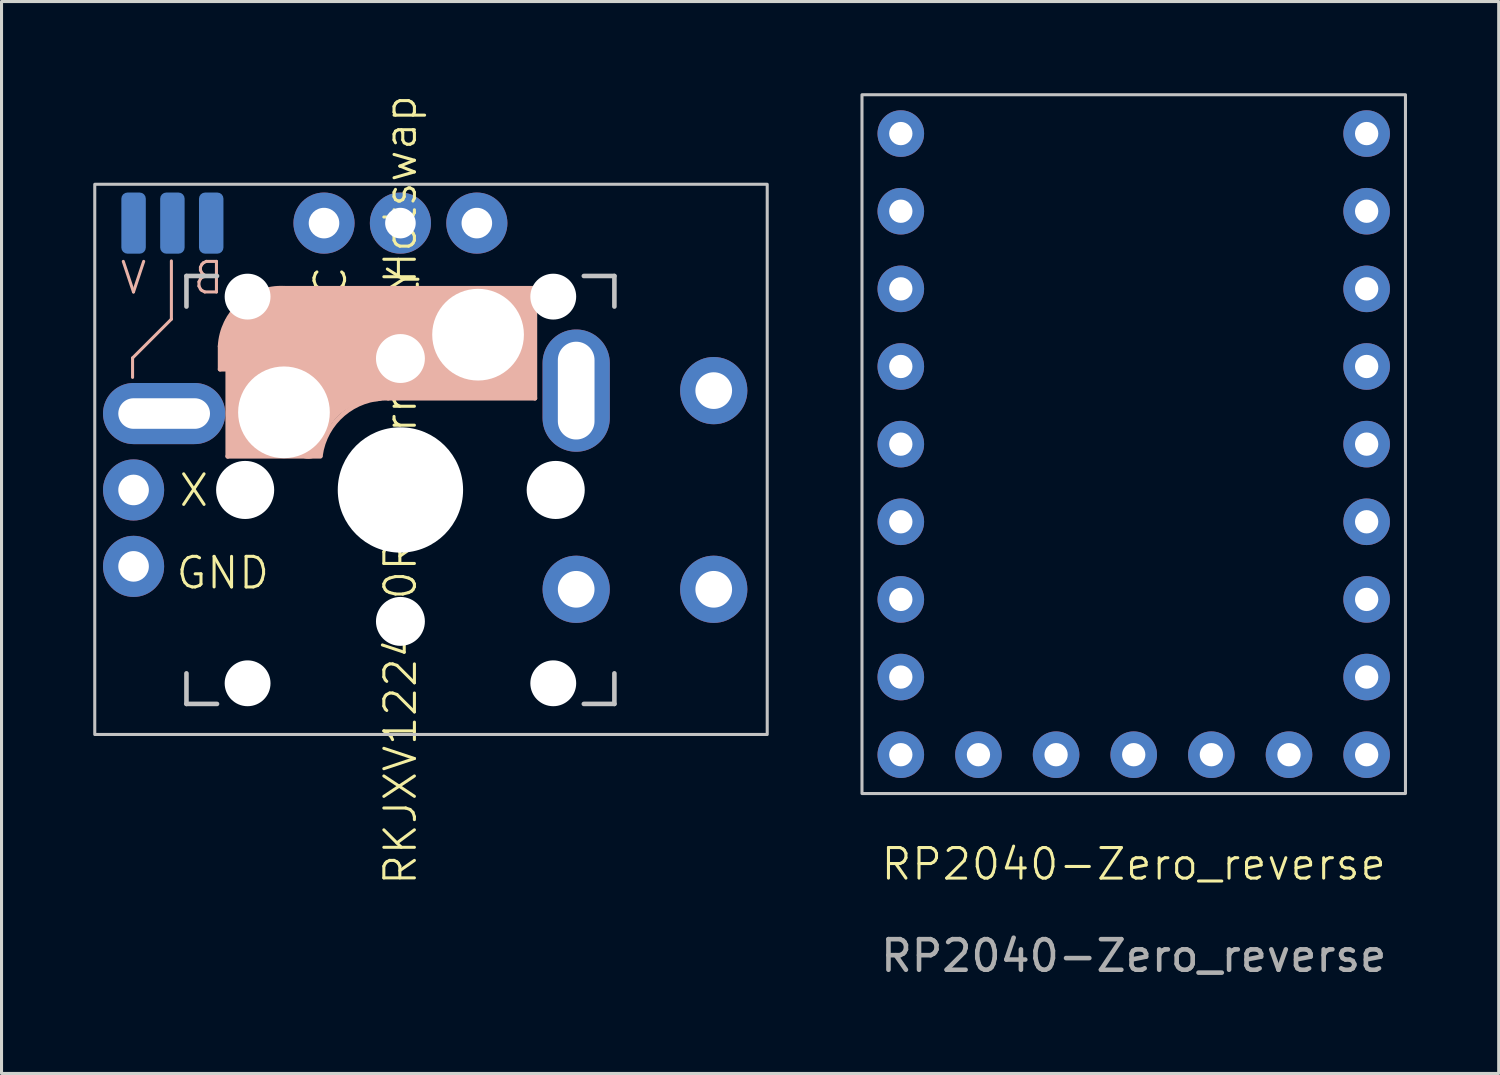
<source format=kicad_pcb>
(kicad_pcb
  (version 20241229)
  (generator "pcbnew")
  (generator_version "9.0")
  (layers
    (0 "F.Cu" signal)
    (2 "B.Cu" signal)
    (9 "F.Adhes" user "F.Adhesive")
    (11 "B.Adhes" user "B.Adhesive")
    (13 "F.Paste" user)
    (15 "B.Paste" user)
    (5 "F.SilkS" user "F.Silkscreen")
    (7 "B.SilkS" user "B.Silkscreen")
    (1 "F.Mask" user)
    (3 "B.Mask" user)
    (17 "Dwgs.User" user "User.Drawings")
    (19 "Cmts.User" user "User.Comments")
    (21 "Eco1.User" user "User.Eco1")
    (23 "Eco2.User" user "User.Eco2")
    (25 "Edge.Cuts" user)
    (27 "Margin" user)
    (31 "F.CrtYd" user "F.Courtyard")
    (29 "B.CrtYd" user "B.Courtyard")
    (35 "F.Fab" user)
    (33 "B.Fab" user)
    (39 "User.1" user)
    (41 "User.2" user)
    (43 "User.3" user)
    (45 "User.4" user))
  (footprint "RP2040-Zero_reverse"
    (layer "F.Cu")
    (at 34.04 11.48)
    (property "Reference" "RP2040-Zero_reverse" (at 0 13.74 0) (unlocked yes) (layer "F.SilkS") (effects (font (size 1 1) (thickness 0.1))))
    (attr through_hole)
    (fp_rect (start -8.89 -11.43) (end 8.89 11.43) (stroke (width 0.1) (type default)) (fill no) (layer "Dwgs.User"))
    (fp_text user "${REFERENCE}" (at 0 16.74 0) (unlocked yes) (layer "F.Fab") (effects (font (size 1 1) (thickness 0.15))))
    (pad "1" thru_hole circle (at 7.62 -10.16) (size 1.524 1.524) (drill 0.762) (layers "*.Cu" "*.Mask"))
    (pad "2" thru_hole circle (at 7.62 -7.62) (size 1.524 1.524) (drill 0.762) (layers "*.Cu" "*.Mask"))
    (pad "3" thru_hole circle (at 7.62 -5.08) (size 1.524 1.524) (drill 0.762) (layers "*.Cu" "*.Mask"))
    (pad "4" thru_hole circle (at 7.62 -2.54) (size 1.524 1.524) (drill 0.762) (layers "*.Cu" "*.Mask"))
    (pad "5" thru_hole circle (at 7.62 0) (size 1.524 1.524) (drill 0.762) (layers "*.Cu" "*.Mask"))
    (pad "6" thru_hole circle (at 7.62 2.54) (size 1.524 1.524) (drill 0.762) (layers "*.Cu" "*.Mask"))
    (pad "7" thru_hole circle (at 7.62 5.08) (size 1.524 1.524) (drill 0.762) (layers "*.Cu" "*.Mask"))
    (pad "8" thru_hole circle (at 7.62 7.62) (size 1.524 1.524) (drill 0.762) (layers "*.Cu" "*.Mask"))
    (pad "9" thru_hole circle (at 7.62 10.16) (size 1.524 1.524) (drill 0.762) (layers "*.Cu" "*.Mask"))
    (pad "10" thru_hole circle (at 5.08 10.16) (size 1.524 1.524) (drill 0.762) (layers "*.Cu" "*.Mask"))
    (pad "11" thru_hole circle (at 2.54 10.16) (size 1.524 1.524) (drill 0.762) (layers "*.Cu" "*.Mask"))
    (pad "12" thru_hole circle (at 0 10.16) (size 1.524 1.524) (drill 0.762) (layers "*.Cu" "*.Mask"))
    (pad "13" thru_hole circle (at -2.54 10.16) (size 1.524 1.524) (drill 0.762) (layers "*.Cu" "*.Mask"))
    (pad "14" thru_hole circle (at -5.08 10.16) (size 1.524 1.524) (drill 0.762) (layers "*.Cu" "*.Mask"))
    (pad "15" thru_hole circle (at -7.62 10.16) (size 1.524 1.524) (drill 0.762) (layers "*.Cu" "*.Mask"))
    (pad "16" thru_hole circle (at -7.62 7.62) (size 1.524 1.524) (drill 0.762) (layers "*.Cu" "*.Mask"))
    (pad "17" thru_hole circle (at -7.62 5.08) (size 1.524 1.524) (drill 0.762) (layers "*.Cu" "*.Mask"))
    (pad "18" thru_hole circle (at -7.62 2.54) (size 1.524 1.524) (drill 0.762) (layers "*.Cu" "*.Mask"))
    (pad "19" thru_hole circle (at -7.62 0) (size 1.524 1.524) (drill 0.762) (layers "*.Cu" "*.Mask"))
    (pad "20" thru_hole circle (at -7.62 -2.54) (size 1.524 1.524) (drill 0.762) (layers "*.Cu" "*.Mask"))
    (pad "21" thru_hole circle (at -7.62 -5.08) (size 1.524 1.524) (drill 0.762) (layers "*.Cu" "*.Mask"))
    (pad "22" thru_hole circle (at -7.62 -7.62) (size 1.524 1.524) (drill 0.762) (layers "*.Cu" "*.Mask"))
    (pad "23" thru_hole circle (at -7.62 -10.16) (size 1.524 1.524) (drill 0.762) (layers "*.Cu" "*.Mask")))
  (footprint "RKJXV122400R_CherryMX_Hotswap"
    (layer "F.Cu")
    (at 10.05 12.979)
    (property "Reference" "RKJXV122400R_CherryMX_Hotswap" (at 0 0 90) (unlocked yes) (layer "F.SilkS") (effects (font (size 1 1) (thickness 0.1))))
    (attr through_hole)
    (fp_line (start -8.763 -4.318) (end -8.763 -3.683) (stroke (width 0.1) (type default)) (layer "B.SilkS"))
    (fp_line (start -7.493 -7.493) (end -7.493 -5.588) (stroke (width 0.1) (type default)) (layer "B.SilkS"))
    (fp_line (start -7.493 -5.588) (end -8.763 -4.318) (stroke (width 0.1) (type default)) (layer "B.SilkS"))
    (fp_line (start -5.9 -4.7) (end -5.9 -3.95) (stroke (width 0.15) (type solid)) (layer "B.SilkS"))
    (fp_line (start -5.9 -3.95) (end -5.7 -3.95) (stroke (width 0.15) (type solid)) (layer "B.SilkS"))
    (fp_line (start -5.8 -4.05) (end -5.8 -4.7) (stroke (width 0.3) (type solid)) (layer "B.SilkS"))
    (fp_line (start -5.65 -5.55) (end -5.65 -1.1) (stroke (width 0.15) (type solid)) (layer "B.SilkS"))
    (fp_line (start -5.65 -1.1) (end -2.62 -1.1) (stroke (width 0.15) (type solid)) (layer "B.SilkS"))
    (fp_line (start -5.45 -1.3) (end -3 -1.3) (stroke (width 0.5) (type solid)) (layer "B.SilkS"))
    (fp_line (start -5.3 -1.6) (end -5.3 -3.4) (stroke (width 0.8) (type solid)) (layer "B.SilkS"))
    (fp_line (start -4.17 -5.1) (end -4.17 -2.86) (stroke (width 3) (type solid)) (layer "B.SilkS"))
    (fp_line (start -0.4 -3) (end 4.4 -3) (stroke (width 0.15) (type solid)) (layer "B.SilkS"))
    (fp_line (start 2.6 -4.8) (end -4.1 -4.8) (stroke (width 3.5) (type solid)) (layer "B.SilkS"))
    (fp_line (start 3.9 -6) (end 3.9 -3.5) (stroke (width 1) (type solid)) (layer "B.SilkS"))
    (fp_line (start 4.2 -3.25) (end 2.9 -3.3) (stroke (width 0.5) (type solid)) (layer "B.SilkS"))
    (fp_line (start 4.25 -6.4) (end 3 -6.4) (stroke (width 0.4) (type solid)) (layer "B.SilkS"))
    (fp_line (start 4.38 -4) (end 4.38 -6.25) (stroke (width 0.15) (type solid)) (layer "B.SilkS"))
    (fp_line (start 4.4 -6.6) (end -3.8 -6.6) (stroke (width 0.15) (type solid)) (layer "B.SilkS"))
    (fp_line (start 4.4 -3) (end 4.4 -6.6) (stroke (width 0.15) (type solid)) (layer "B.SilkS"))
    (fp_arc (start -5.9 -4.699999) (mid -5.243504 -6.084924) (end -3.800001 -6.6) (stroke (width 0.15) (type solid)) (layer "B.SilkS"))
    (fp_arc (start -3.016318 -1.521471) (mid -2.268709 -2.886118) (end -0.8 -3.4) (stroke (width 1) (type solid)) (layer "B.SilkS"))
    (fp_arc (start -2.616318 -1.121471) (mid -1.868709 -2.486118) (end -0.4 -3) (stroke (width 0.15) (type solid)) (layer "B.SilkS"))
    (fp_line (start -7 -7) (end -6 -7) (stroke (width 0.15) (type solid)) (layer "Dwgs.User"))
    (fp_line (start -7 -6) (end -7 -7) (stroke (width 0.15) (type solid)) (layer "Dwgs.User"))
    (fp_line (start -7 6) (end -7 7) (stroke (width 0.15) (type solid)) (layer "Dwgs.User"))
    (fp_line (start -7 7) (end -6 7) (stroke (width 0.15) (type solid)) (layer "Dwgs.User"))
    (fp_line (start 6 7) (end 7 7) (stroke (width 0.15) (type solid)) (layer "Dwgs.User"))
    (fp_line (start 7 -7) (end 6 -7) (stroke (width 0.15) (type solid)) (layer "Dwgs.User"))
    (fp_line (start 7 -7) (end 7 -6) (stroke (width 0.15) (type solid)) (layer "Dwgs.User"))
    (fp_line (start 7 7) (end 7 6) (stroke (width 0.15) (type solid)) (layer "Dwgs.User"))
    (fp_rect (start -10 8) (end 12 -10) (stroke (width 0.1) (type default)) (fill no) (layer "Dwgs.User"))
    (fp_text user "X" (at -7.3 0.6 0) (unlocked yes) (layer "F.SilkS") (effects (font (size 1 1) (thickness 0.1)) (justify left bottom)))
    (fp_text user "Y" (at 0.7 -6.4 90) (unlocked yes) (layer "F.SilkS") (effects (font (size 1 1) (thickness 0.1)) (justify left bottom)))
    (fp_text user "VCC" (at -1.7 -4.4 90) (unlocked yes) (layer "F.SilkS") (effects (font (size 1 1) (thickness 0.1)) (justify left bottom)))
    (fp_text user "GND" (at -7.4 3.3 0) (unlocked yes) (layer "F.SilkS") (effects (font (size 1 1) (thickness 0.1)) (justify left bottom)))
    (fp_text user "B  V" (at -5.715 -6.35 0) (unlocked yes) (layer "B.SilkS") (effects (font (size 1 1) (thickness 0.1)) (justify left bottom mirror)))
    (pad "" np_thru_hole circle (at -5.08 0) (size 1.9 1.9) (drill 1.9) (layers "*.Cu" "*.Mask"))
    (pad "" np_thru_hole circle (at -5 -6.325 90) (size 1.5 1.5) (drill 1.5) (layers "*.Cu" "*.Mask"))
    (pad "" np_thru_hole circle (at -5 6.325 90) (size 1.5 1.5) (drill 1.5) (layers "*.Cu" "*.Mask"))
    (pad "" np_thru_hole circle (at -3.81 -2.54) (size 3 3) (drill 3) (layers "*.Cu" "*.Mask"))
    (pad "" np_thru_hole circle (at 0 -4.3 90) (size 1.6 1.6) (drill 1.6) (layers "*.Cu" "*.Mask"))
    (pad "" np_thru_hole circle (at 0 0 90) (size 4.1 4.1) (drill 4.1) (layers "*.Cu" "*.Mask"))
    (pad "" np_thru_hole circle (at 0 4.3 90) (size 1.6 1.6) (drill 1.6) (layers "*.Cu" "*.Mask"))
    (pad "" np_thru_hole circle (at 2.54 -5.08) (size 3 3) (drill 3) (layers "*.Cu" "*.Mask"))
    (pad "" np_thru_hole circle (at 5 -6.325 90) (size 1.5 1.5) (drill 1.5) (layers "*.Cu" "*.Mask"))
    (pad "" np_thru_hole circle (at 5 6.325 90) (size 1.5 1.5) (drill 1.5) (layers "*.Cu" "*.Mask"))
    (pad "" np_thru_hole circle (at 5.08 0) (size 1.9 1.9) (drill 1.9) (layers "*.Cu" "*.Mask"))
    (pad "1" thru_hole circle (at 2.5 -8.73 90) (size 2 2) (drill 1) (layers "*.Cu" "*.Mask"))
    (pad "2" thru_hole circle (at 0 -8.73 90) (size 2 2) (drill 1) (layers "*.Cu" "*.Mask"))
    (pad "3" thru_hole circle (at -2.5 -8.73 90) (size 2 2) (drill 1) (layers "*.Cu" "*.Mask"))
    (pad "4" smd roundrect (at -8.73 -8.73 270) (size 2 0.8) (layers "B.Cu" "B.Mask" "B.Paste") (roundrect_rratio 0.25))
    (pad "5" thru_hole circle (at -8.73 0 90) (size 2 2) (drill 1) (layers "*.Cu" "*.Mask"))
    (pad "6" thru_hole circle (at -8.73 2.5 90) (size 2 2) (drill 1) (layers "*.Cu" "*.Mask"))
    (pad "7" thru_hole oval (at 5.75 -3.25 90) (size 4 2.2) (drill oval 3.2 1.2) (layers "*.Cu" "*.Mask"))
    (pad "7" thru_hole circle (at 5.75 3.25 90) (size 2.2 2.2) (drill 1.2) (layers "*.Cu" "*.Mask"))
    (pad "8" smd roundrect (at -6.19 -8.73 270) (size 2 0.8) (layers "B.Cu" "B.Mask" "B.Paste") (roundrect_rratio 0.25))
    (pad "8" thru_hole circle (at 10.25 -3.25 90) (size 2.2 2.2) (drill 1.2) (layers "*.Cu" "*.Mask"))
    (pad "8" thru_hole circle (at 10.25 3.25 90) (size 2.2 2.2) (drill 1.2) (layers "*.Cu" "*.Mask"))
    (pad "a" thru_hole oval (at -7.73 -2.5 90) (size 2 4) (drill oval 1 3) (layers "*.Cu" "*.Mask"))
    (pad "a" smd roundrect (at -7.46 -8.73 270) (size 2 0.8) (layers "B.Cu" "B.Mask" "B.Paste") (roundrect_rratio 0.25)))
  (gr_rect
    (start -3 -3)
    (end 45.98 32.068)
    (stroke (width 0.1) (type default))
    (fill no)
    (layer "Edge.Cuts")))
</source>
